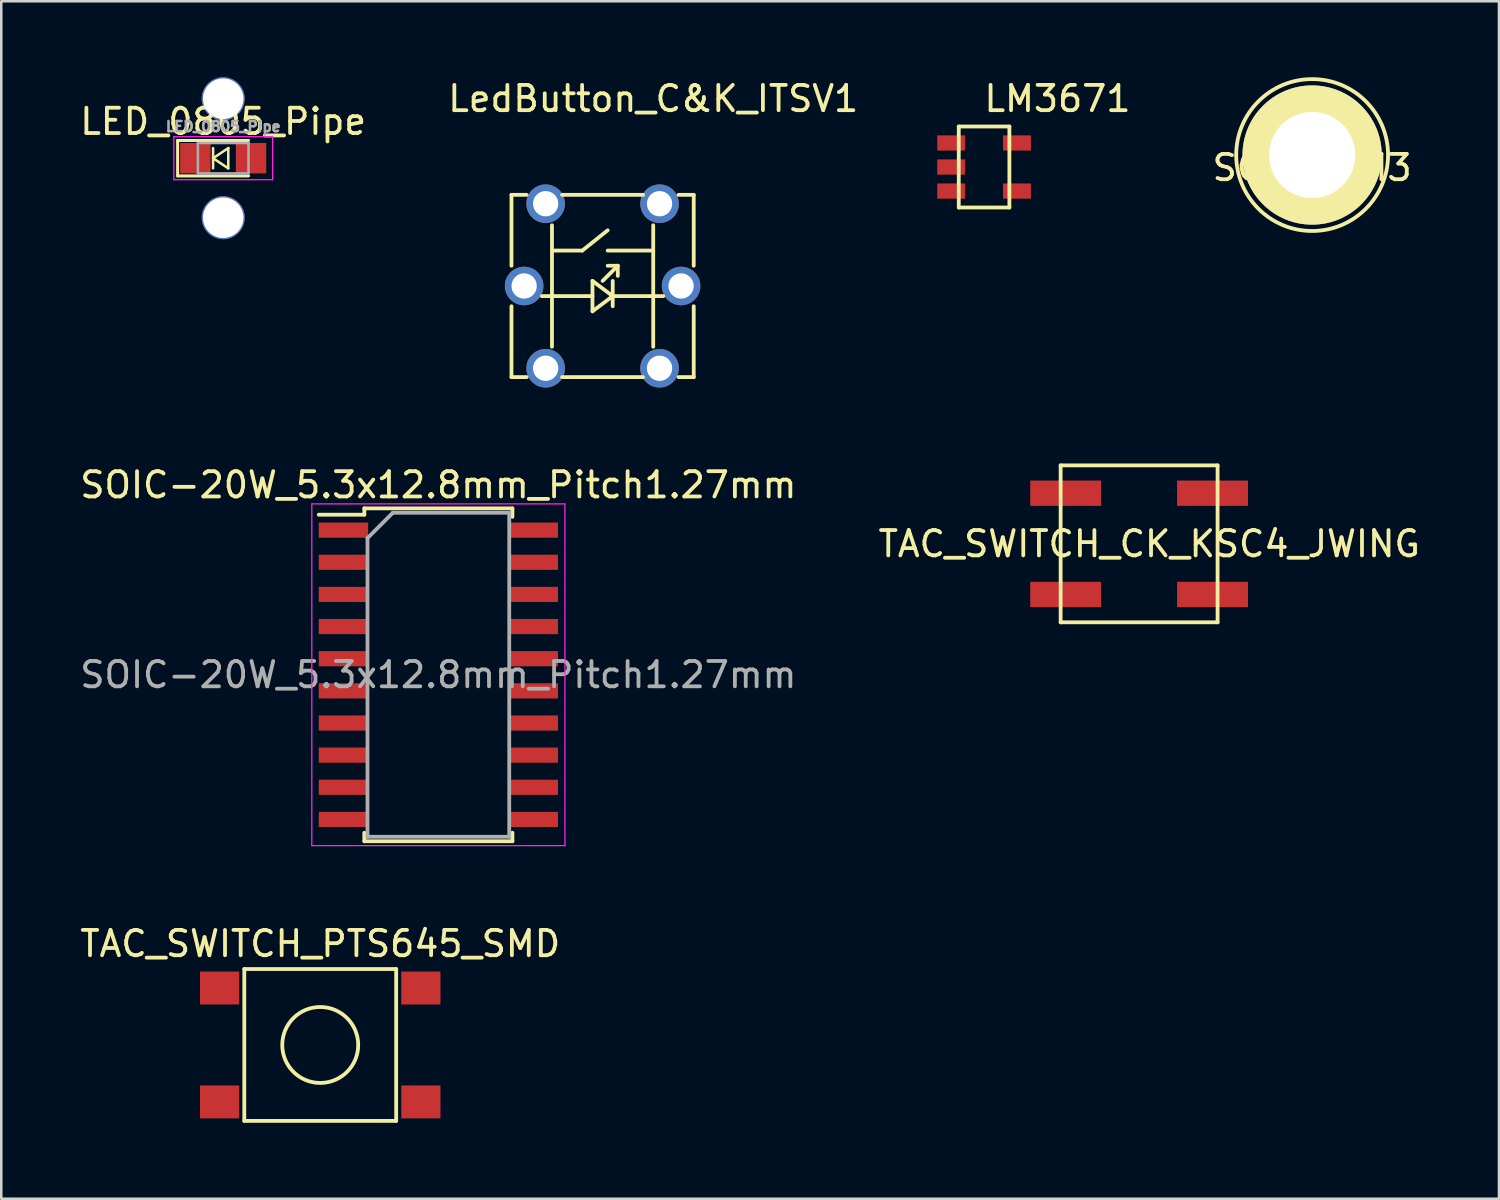
<source format=kicad_pcb>
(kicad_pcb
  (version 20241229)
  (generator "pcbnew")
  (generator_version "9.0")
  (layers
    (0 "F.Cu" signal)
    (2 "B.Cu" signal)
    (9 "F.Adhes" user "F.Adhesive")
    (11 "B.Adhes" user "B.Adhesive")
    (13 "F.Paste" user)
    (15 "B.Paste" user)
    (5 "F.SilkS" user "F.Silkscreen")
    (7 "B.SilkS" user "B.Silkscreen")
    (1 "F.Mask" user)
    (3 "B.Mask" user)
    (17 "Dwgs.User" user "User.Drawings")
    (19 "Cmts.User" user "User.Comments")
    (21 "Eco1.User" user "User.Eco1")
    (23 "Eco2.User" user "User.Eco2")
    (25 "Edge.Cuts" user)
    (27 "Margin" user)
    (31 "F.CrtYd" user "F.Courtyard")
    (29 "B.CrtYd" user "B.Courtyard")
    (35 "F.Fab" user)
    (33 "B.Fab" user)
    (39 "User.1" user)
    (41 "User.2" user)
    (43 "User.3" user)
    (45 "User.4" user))
  (footprint "TAC_SWITCH_CK_KSC4_JWING"
    (layer "F.Cu")
    (at 41.951 18.435)
    (property "Reference" "TAC_SWITCH_CK_KSC4_JWING" (at 0.4 0 0) (layer "F.SilkS") (effects (font (size 1 1) (thickness 0.15))))
    (attr through_hole)
    (fp_line (start -3.1 -3.1) (end 3.1 -3.1) (stroke (width 0.15) (type solid)) (layer "F.SilkS"))
    (fp_line (start -3.1 3.1) (end -3.1 -3.1) (stroke (width 0.15) (type solid)) (layer "F.SilkS"))
    (fp_line (start 3.1 -3.1) (end 3.1 3.1) (stroke (width 0.15) (type solid)) (layer "F.SilkS"))
    (fp_line (start 3.1 3.1) (end -3.1 3.1) (stroke (width 0.15) (type solid)) (layer "F.SilkS"))
    (pad "1" smd rect (at -2.9 -2) (size 2.8 1) (layers "F.Cu" "F.Mask" "F.Paste"))
    (pad "2" smd rect (at 2.9 -2) (size 2.8 1) (layers "F.Cu" "F.Mask" "F.Paste"))
    (pad "3" smd rect (at -2.9 2) (size 2.8 1) (layers "F.Cu" "F.Mask" "F.Paste"))
    (pad "4" smd rect (at 2.9 2) (size 2.8 1) (layers "F.Cu" "F.Mask" "F.Paste")))
  (footprint "SCREW_M3"
    (layer "F.Cu")
    (at 48.786 3.075)
    (property "Reference" "SCREW_M3" (at 0 0.5 0) (layer "F.SilkS") (effects (font (size 1 1) (thickness 0.15))))
    (attr through_hole)
    (fp_circle (center 0 0) (end 3 0) (stroke (width 0.15) (type solid)) (fill no) (layer "F.SilkS"))
    (pad "" thru_hole circle (at 0 0) (size 5.5 5.5) (drill 3.4) (layers "*.Cu" "*.Mask" "F.SilkS")))
  (footprint "LM3671"
    (layer "F.Cu")
    (at 35.826 3.548)
    (property "Reference" "LM3671" (at 2.9 -2.7 0) (layer "F.SilkS") (effects (font (size 1 1) (thickness 0.15))))
    (attr through_hole)
    (fp_line (start -1 -1.6) (end 1 -1.6) (stroke (width 0.15) (type solid)) (layer "F.SilkS"))
    (fp_line (start -1 1.6) (end -1 -1.6) (stroke (width 0.15) (type solid)) (layer "F.SilkS"))
    (fp_line (start 1 -1.6) (end 1 1.6) (stroke (width 0.15) (type solid)) (layer "F.SilkS"))
    (fp_line (start 1 1.6) (end -1 1.6) (stroke (width 0.15) (type solid)) (layer "F.SilkS"))
    (pad "1" smd rect (at -1.3 -0.95) (size 1.1 0.6) (layers "F.Cu" "F.Mask" "F.Paste"))
    (pad "2" smd rect (at -1.3 0) (size 1.1 0.6) (layers "F.Cu" "F.Mask" "F.Paste"))
    (pad "3" smd rect (at -1.3 0.95) (size 1.1 0.6) (layers "F.Cu" "F.Mask" "F.Paste"))
    (pad "4" smd rect (at 1.3 0.95) (size 1.1 0.6) (layers "F.Cu" "F.Mask" "F.Paste"))
    (pad "5" smd rect (at 1.3 -0.95) (size 1.1 0.6) (layers "F.Cu" "F.Mask" "F.Paste")))
  (footprint "LED_0805_Pipe"
    (layer "F.Cu")
    (at 5.768 3.2)
    (property "Reference" "LED_0805_Pipe" (at 0 -1.45 0) (layer "F.SilkS") (effects (font (size 1 1) (thickness 0.15))))
    (attr smd)
    (fp_line (start -1.8 -0.7) (end -1.8 0.7) (stroke (width 0.12) (type solid)) (layer "F.SilkS"))
    (fp_line (start -1.8 -0.7) (end 1 -0.7) (stroke (width 0.12) (type solid)) (layer "F.SilkS"))
    (fp_line (start -1.8 0.7) (end 1 0.7) (stroke (width 0.12) (type solid)) (layer "F.SilkS"))
    (fp_line (start -0.4 -0.4) (end -0.4 0.4) (stroke (width 0.1) (type solid)) (layer "F.SilkS"))
    (fp_line (start -0.4 0) (end 0.2 -0.4) (stroke (width 0.1) (type solid)) (layer "F.SilkS"))
    (fp_line (start 0.2 -0.4) (end 0.2 0.4) (stroke (width 0.1) (type solid)) (layer "F.SilkS"))
    (fp_line (start 0.2 0.4) (end -0.4 0) (stroke (width 0.1) (type solid)) (layer "F.SilkS"))
    (fp_line (start -1.95 -0.85) (end 1.95 -0.85) (stroke (width 0.05) (type solid)) (layer "F.CrtYd"))
    (fp_line (start -1.95 0.85) (end -1.95 -0.85) (stroke (width 0.05) (type solid)) (layer "F.CrtYd"))
    (fp_line (start 1.95 -0.85) (end 1.95 0.85) (stroke (width 0.05) (type solid)) (layer "F.CrtYd"))
    (fp_line (start 1.95 0.85) (end -1.95 0.85) (stroke (width 0.05) (type solid)) (layer "F.CrtYd"))
    (fp_line (start -1 -0.6) (end 1 -0.6) (stroke (width 0.1) (type solid)) (layer "F.Fab"))
    (fp_line (start -1 0.6) (end -1 -0.6) (stroke (width 0.1) (type solid)) (layer "F.Fab"))
    (fp_line (start 1 -0.6) (end 1 0.6) (stroke (width 0.1) (type solid)) (layer "F.Fab"))
    (fp_line (start 1 0.6) (end -1 0.6) (stroke (width 0.1) (type solid)) (layer "F.Fab"))
    (fp_text user "${REFERENCE}" (at 0 -1.25 0) (layer "F.Fab") (effects (font (size 0.4 0.4) (thickness 0.1))))
    (pad "" thru_hole circle (at 0 -2.35) (size 1.7 1.7) (drill 1.6) (layers "*.Cu" "*.Mask"))
    (pad "" thru_hole circle (at 0 2.35) (size 1.7 1.7) (drill 1.6) (layers "*.Cu" "*.Mask"))
    (pad "1" smd rect (at -1.1 0 180) (size 1.2 1.2) (layers "F.Cu" "F.Mask" "F.Paste"))
    (pad "2" smd rect (at 1.1 0 180) (size 1.2 1.2) (layers "F.Cu" "F.Mask" "F.Paste")))
  (footprint "TAC_SWITCH_PTS645_SMD"
    (layer "F.Cu")
    (at 9.601 38.232)
    (property "Reference" "TAC_SWITCH_PTS645_SMD" (at 0 -4 0) (layer "F.SilkS") (effects (font (size 1 1) (thickness 0.15))))
    (attr through_hole)
    (fp_line (start -3 -3) (end 3 -3) (stroke (width 0.15) (type solid)) (layer "F.SilkS"))
    (fp_line (start -3 3) (end -3 -3) (stroke (width 0.15) (type solid)) (layer "F.SilkS"))
    (fp_line (start 3 -3) (end 3 3) (stroke (width 0.15) (type solid)) (layer "F.SilkS"))
    (fp_line (start 3 3) (end -3 3) (stroke (width 0.15) (type solid)) (layer "F.SilkS"))
    (fp_circle (center 0 0) (end 1.5 0) (stroke (width 0.15) (type solid)) (fill no) (layer "F.SilkS"))
    (pad "1" smd rect (at -3.975 -2.25) (size 1.55 1.3) (layers "F.Cu" "F.Mask" "F.Paste"))
    (pad "2" smd rect (at 3.975 -2.25) (size 1.55 1.3) (layers "F.Cu" "F.Mask" "F.Paste"))
    (pad "3" smd rect (at -3.975 2.25) (size 1.55 1.3) (layers "F.Cu" "F.Mask" "F.Paste"))
    (pad "4" smd rect (at 3.975 2.25) (size 1.55 1.3) (layers "F.Cu" "F.Mask" "F.Paste")))
  (footprint "SOIC-20W_5.3x12.8mm_Pitch1.27mm"
    (layer "F.Cu")
    (at 14.268 23.608)
    (property "Reference" "SOIC-20W_5.3x12.8mm_Pitch1.27mm" (at 0 -7.5 0) (layer "F.SilkS") (effects (font (size 1 1) (thickness 0.15))))
    (attr smd)
    (fp_line (start -2.925 -6.575) (end -2.925 -6.325) (stroke (width 0.15) (type solid)) (layer "F.SilkS"))
    (fp_line (start -2.925 -6.575) (end 2.925 -6.575) (stroke (width 0.15) (type solid)) (layer "F.SilkS"))
    (fp_line (start -2.925 -6.325) (end -4.725 -6.325) (stroke (width 0.15) (type solid)) (layer "F.SilkS"))
    (fp_line (start -2.925 6.575) (end -2.925 6.24) (stroke (width 0.15) (type solid)) (layer "F.SilkS"))
    (fp_line (start -2.925 6.575) (end 2.925 6.575) (stroke (width 0.15) (type solid)) (layer "F.SilkS"))
    (fp_line (start 2.925 -6.575) (end 2.925 -6.24) (stroke (width 0.15) (type solid)) (layer "F.SilkS"))
    (fp_line (start 2.925 6.575) (end 2.925 6.24) (stroke (width 0.15) (type solid)) (layer "F.SilkS"))
    (fp_line (start -5 -6.75) (end -5 6.75) (stroke (width 0.05) (type solid)) (layer "F.CrtYd"))
    (fp_line (start -5 -6.75) (end 5 -6.75) (stroke (width 0.05) (type solid)) (layer "F.CrtYd"))
    (fp_line (start -5 6.75) (end 5 6.75) (stroke (width 0.05) (type solid)) (layer "F.CrtYd"))
    (fp_line (start 5 -6.75) (end 5 6.75) (stroke (width 0.05) (type solid)) (layer "F.CrtYd"))
    (fp_line (start -2.8 -5.4) (end -1.8 -6.4) (stroke (width 0.15) (type solid)) (layer "F.Fab"))
    (fp_line (start -2.8 6.4) (end -2.8 -5.4) (stroke (width 0.15) (type solid)) (layer "F.Fab"))
    (fp_line (start -1.8 -6.4) (end 2.8 -6.4) (stroke (width 0.15) (type solid)) (layer "F.Fab"))
    (fp_line (start 2.8 -6.4) (end 2.8 6.4) (stroke (width 0.15) (type solid)) (layer "F.Fab"))
    (fp_line (start 2.8 6.4) (end -2.8 6.4) (stroke (width 0.15) (type solid)) (layer "F.Fab"))
    (fp_text user "${REFERENCE}" (at 0 0 0) (layer "F.Fab") (effects (font (size 1 1) (thickness 0.15))))
    (pad "1" smd rect (at -3.75 -5.715) (size 1.95 0.6) (layers "F.Cu" "F.Mask" "F.Paste"))
    (pad "2" smd rect (at -3.75 -4.445) (size 1.95 0.6) (layers "F.Cu" "F.Mask" "F.Paste"))
    (pad "3" smd rect (at -3.75 -3.175) (size 1.95 0.6) (layers "F.Cu" "F.Mask" "F.Paste"))
    (pad "4" smd rect (at -3.75 -1.905) (size 1.95 0.6) (layers "F.Cu" "F.Mask" "F.Paste"))
    (pad "5" smd rect (at -3.75 -0.635) (size 1.95 0.6) (layers "F.Cu" "F.Mask" "F.Paste"))
    (pad "6" smd rect (at -3.75 0.635) (size 1.95 0.6) (layers "F.Cu" "F.Mask" "F.Paste"))
    (pad "7" smd rect (at -3.75 1.905) (size 1.95 0.6) (layers "F.Cu" "F.Mask" "F.Paste"))
    (pad "8" smd rect (at -3.75 3.175) (size 1.95 0.6) (layers "F.Cu" "F.Mask" "F.Paste"))
    (pad "9" smd rect (at -3.75 4.445) (size 1.95 0.6) (layers "F.Cu" "F.Mask" "F.Paste"))
    (pad "10" smd rect (at -3.75 5.715) (size 1.95 0.6) (layers "F.Cu" "F.Mask" "F.Paste"))
    (pad "11" smd rect (at 3.75 5.715) (size 1.95 0.6) (layers "F.Cu" "F.Mask" "F.Paste"))
    (pad "12" smd rect (at 3.75 4.445) (size 1.95 0.6) (layers "F.Cu" "F.Mask" "F.Paste"))
    (pad "13" smd rect (at 3.75 3.175) (size 1.95 0.6) (layers "F.Cu" "F.Mask" "F.Paste"))
    (pad "14" smd rect (at 3.75 1.905) (size 1.95 0.6) (layers "F.Cu" "F.Mask" "F.Paste"))
    (pad "15" smd rect (at 3.75 0.635) (size 1.95 0.6) (layers "F.Cu" "F.Mask" "F.Paste"))
    (pad "16" smd rect (at 3.75 -0.635) (size 1.95 0.6) (layers "F.Cu" "F.Mask" "F.Paste"))
    (pad "17" smd rect (at 3.75 -1.905) (size 1.95 0.6) (layers "F.Cu" "F.Mask" "F.Paste"))
    (pad "18" smd rect (at 3.75 -3.175) (size 1.95 0.6) (layers "F.Cu" "F.Mask" "F.Paste"))
    (pad "19" smd rect (at 3.75 -4.445) (size 1.95 0.6) (layers "F.Cu" "F.Mask" "F.Paste"))
    (pad "20" smd rect (at 3.75 -5.715) (size 1.95 0.6) (layers "F.Cu" "F.Mask" "F.Paste")))
  (footprint "LedButton_C&K_ITSV1"
    (layer "F.Cu")
    (at 20.756 8.248)
    (property "Reference" "LedButton_C&K_ITSV1" (at 2 -7.4 0) (layer "F.SilkS") (effects (font (size 1 1) (thickness 0.15))))
    (attr through_hole)
    (fp_line (start -3.6 -3.6) (end -3.6 -0.8) (stroke (width 0.15) (type solid)) (layer "F.SilkS"))
    (fp_line (start -3.6 -3.6) (end -3 -3.6) (stroke (width 0.15) (type solid)) (layer "F.SilkS"))
    (fp_line (start -3.6 0.8) (end -3.6 3.6) (stroke (width 0.15) (type solid)) (layer "F.SilkS"))
    (fp_line (start -3.6 3.6) (end -3 3.6) (stroke (width 0.15) (type solid)) (layer "F.SilkS"))
    (fp_line (start -2 -2.4) (end -2 2.4) (stroke (width 0.15) (type solid)) (layer "F.SilkS"))
    (fp_line (start -2 -1.4) (end -0.8 -1.4) (stroke (width 0.15) (type solid)) (layer "F.SilkS"))
    (fp_line (start -1.6 -3.6) (end 1.6 -3.6) (stroke (width 0.15) (type solid)) (layer "F.SilkS"))
    (fp_line (start -1.6 3.6) (end 1.6 3.6) (stroke (width 0.15) (type solid)) (layer "F.SilkS"))
    (fp_line (start -0.8 -1.4) (end 0.2 -2.2) (stroke (width 0.15) (type solid)) (layer "F.SilkS"))
    (fp_line (start -0.4 -0.2) (end -0.4 1) (stroke (width 0.15) (type solid)) (layer "F.SilkS"))
    (fp_line (start -0.4 0.4) (end -2.4 0.4) (stroke (width 0.15) (type solid)) (layer "F.SilkS"))
    (fp_line (start -0.4 1) (end 0.4 0.4) (stroke (width 0.15) (type solid)) (layer "F.SilkS"))
    (fp_line (start 0 -0.2) (end 0.6 -0.8) (stroke (width 0.15) (type solid)) (layer "F.SilkS"))
    (fp_line (start 0.2 -1.4) (end 2 -1.4) (stroke (width 0.15) (type solid)) (layer "F.SilkS"))
    (fp_line (start 0.4 -0.2) (end 0.4 0.8) (stroke (width 0.15) (type solid)) (layer "F.SilkS"))
    (fp_line (start 0.4 0.4) (end -0.4 -0.2) (stroke (width 0.15) (type solid)) (layer "F.SilkS"))
    (fp_line (start 0.4 0.4) (end 2.4 0.4) (stroke (width 0.15) (type solid)) (layer "F.SilkS"))
    (fp_line (start 0.6 -0.8) (end 0.2 -0.8) (stroke (width 0.15) (type solid)) (layer "F.SilkS"))
    (fp_line (start 0.6 -0.8) (end 0.6 -0.4) (stroke (width 0.15) (type solid)) (layer "F.SilkS"))
    (fp_line (start 2 -2.4) (end 2 2.4) (stroke (width 0.15) (type solid)) (layer "F.SilkS"))
    (fp_line (start 3 -3.6) (end 3.6 -3.6) (stroke (width 0.15) (type solid)) (layer "F.SilkS"))
    (fp_line (start 3.6 -3.6) (end 3.6 -0.8) (stroke (width 0.15) (type solid)) (layer "F.SilkS"))
    (fp_line (start 3.6 0.8) (end 3.6 3.6) (stroke (width 0.15) (type solid)) (layer "F.SilkS"))
    (fp_line (start 3.6 3.6) (end 3 3.6) (stroke (width 0.15) (type solid)) (layer "F.SilkS"))
    (pad "1" thru_hole circle (at 2.25 -3.25) (size 1.524 1.524) (drill 1) (layers "*.Cu" "*.Mask"))
    (pad "2" thru_hole circle (at 2.25 3.25) (size 1.524 1.524) (drill 1) (layers "*.Cu" "*.Mask"))
    (pad "3" thru_hole circle (at -2.25 -3.25) (size 1.524 1.524) (drill 1) (layers "*.Cu" "*.Mask"))
    (pad "4" thru_hole circle (at -2.25 3.25) (size 1.524 1.524) (drill 1) (layers "*.Cu" "*.Mask"))
    (pad "5" thru_hole circle (at -3.1 0) (size 1.524 1.524) (drill 1) (layers "*.Cu" "*.Mask"))
    (pad "6" thru_hole circle (at 3.1 0) (size 1.524 1.524) (drill 1) (layers "*.Cu" "*.Mask")))
  (gr_rect
    (start -3 -3)
    (end 56.167 44.307)
    (stroke (width 0.1) (type default))
    (fill no)
    (layer "Edge.Cuts")))
</source>
